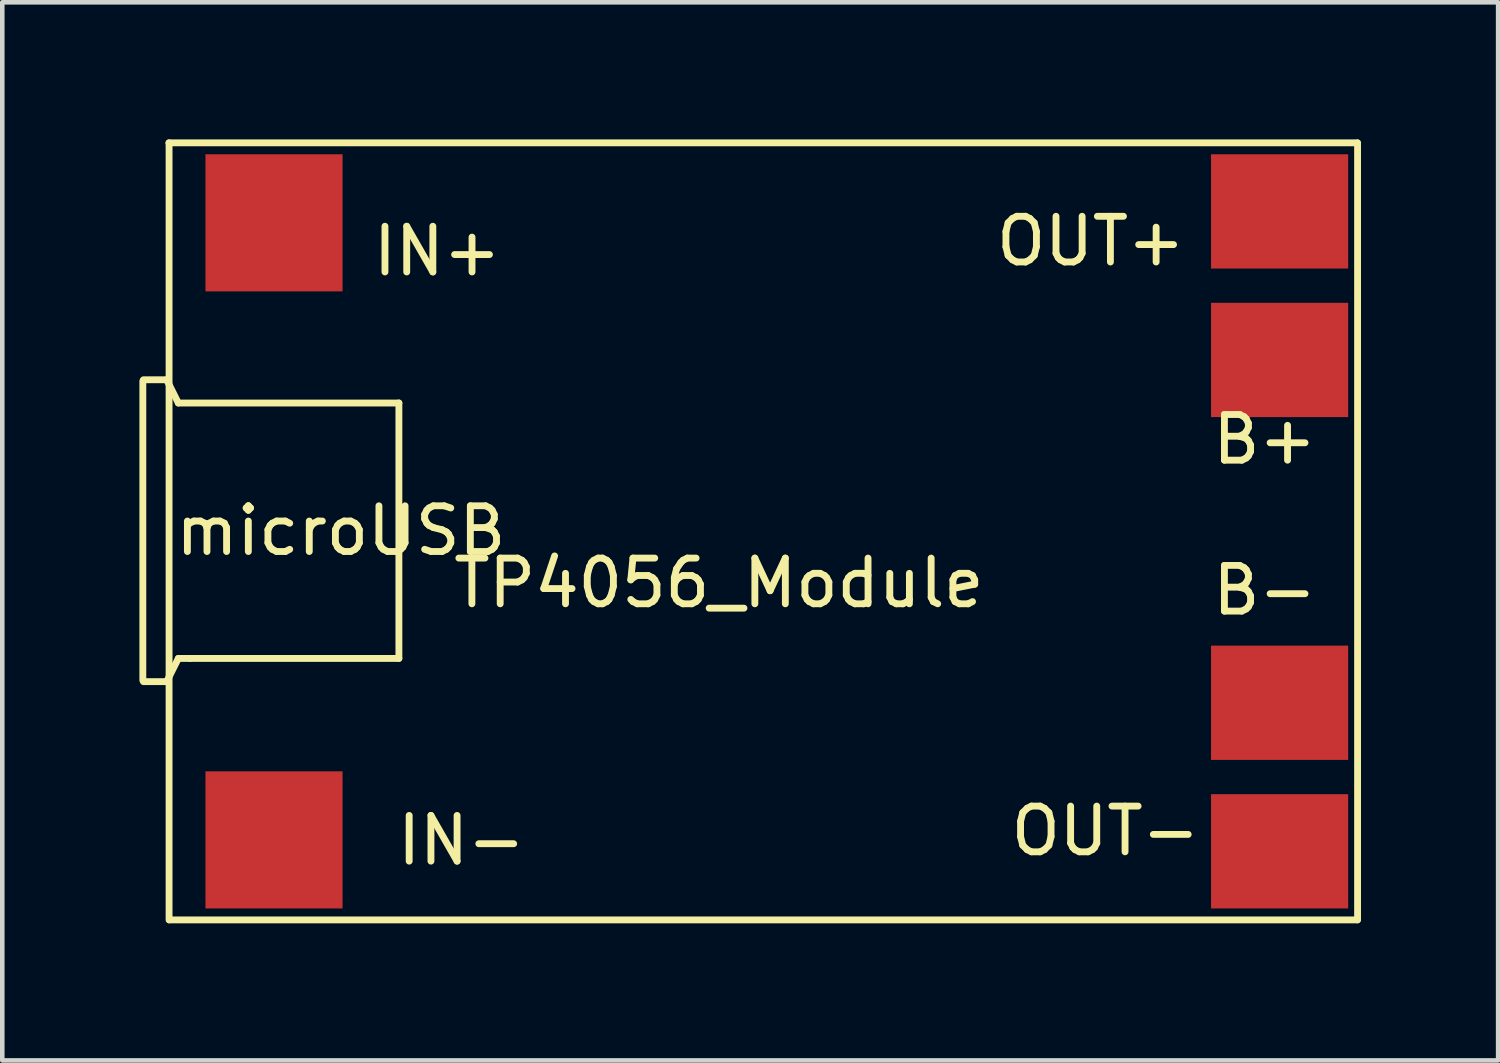
<source format=kicad_pcb>
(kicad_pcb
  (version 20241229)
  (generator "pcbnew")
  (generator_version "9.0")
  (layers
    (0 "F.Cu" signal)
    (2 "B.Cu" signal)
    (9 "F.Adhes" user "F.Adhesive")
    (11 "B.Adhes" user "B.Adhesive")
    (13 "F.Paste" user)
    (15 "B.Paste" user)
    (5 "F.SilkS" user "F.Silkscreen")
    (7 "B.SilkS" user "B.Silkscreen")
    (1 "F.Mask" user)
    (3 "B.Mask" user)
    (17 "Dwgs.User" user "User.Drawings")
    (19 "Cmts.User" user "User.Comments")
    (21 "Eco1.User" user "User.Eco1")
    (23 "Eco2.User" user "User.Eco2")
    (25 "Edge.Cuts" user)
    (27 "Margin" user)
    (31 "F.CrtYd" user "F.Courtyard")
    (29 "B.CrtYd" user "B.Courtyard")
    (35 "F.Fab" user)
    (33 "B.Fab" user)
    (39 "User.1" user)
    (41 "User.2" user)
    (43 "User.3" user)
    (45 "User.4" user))
  (footprint "TP4056_Module"
    (layer "F.Cu")
    (at 13.945 8.575)
    (property "Reference" "TP4056_Module" (at -1.266 1.13 0) (layer "F.SilkS") (effects (font (size 1 1) (thickness 0.15))))
    (attr through_hole)
    (fp_line (start -13.87 3.26) (end -13.87 -3.29) (stroke (width 0.15) (type solid)) (layer "F.SilkS"))
    (fp_line (start -13.856 -3.316) (end -13.348 -3.316) (stroke (width 0.15) (type solid)) (layer "F.SilkS"))
    (fp_line (start -13.856 3.288) (end -13.348 3.288) (stroke (width 0.15) (type solid)) (layer "F.SilkS"))
    (fp_line (start -13.348 -3.316) (end -13.094 -2.808) (stroke (width 0.15) (type solid)) (layer "F.SilkS"))
    (fp_line (start -13.348 3.288) (end -13.094 2.78) (stroke (width 0.15) (type solid)) (layer "F.SilkS"))
    (fp_line (start -13.3 -8.5) (end 12.7 -8.5) (stroke (width 0.15) (type solid)) (layer "F.SilkS"))
    (fp_line (start -13.296 8.5) (end -13.296 -8.5) (stroke (width 0.15) (type solid)) (layer "F.SilkS"))
    (fp_line (start -13.29 8.5) (end 12.7 8.5) (stroke (width 0.15) (type solid)) (layer "F.SilkS"))
    (fp_line (start -13.094 -2.808) (end -8.268 -2.808) (stroke (width 0.15) (type solid)) (layer "F.SilkS"))
    (fp_line (start -13.094 2.78) (end -12.84 2.78) (stroke (width 0.15) (type solid)) (layer "F.SilkS"))
    (fp_line (start -8.268 -2.808) (end -8.268 2.78) (stroke (width 0.15) (type solid)) (layer "F.SilkS"))
    (fp_line (start -8.268 2.78) (end -12.84 2.78) (stroke (width 0.15) (type solid)) (layer "F.SilkS"))
    (fp_line (start 12.706 -8.5) (end 12.706 8.5) (stroke (width 0.15) (type solid)) (layer "F.SilkS"))
    (fp_text user "IN-" (at -6.9 6.76 0) (layer "F.SilkS") (effects (font (size 1 1) (thickness 0.15))))
    (fp_text user "OUT-" (at 7.19 6.556 0) (layer "F.SilkS") (effects (font (size 1 1) (thickness 0.15))))
    (fp_text user "B+" (at 10.674 -2.012 0) (layer "F.SilkS") (effects (font (size 1 1) (thickness 0.15))))
    (fp_text user "B-" (at 10.674 1.29 0) (layer "F.SilkS") (effects (font (size 1 1) (thickness 0.15))))
    (fp_text user "microUSB" (at -9.538 -0.014 180) (layer "F.SilkS") (effects (font (size 1 1) (thickness 0.15))))
    (fp_text user "OUT+" (at 6.87 -6.348 0) (layer "F.SilkS") (effects (font (size 1 1) (thickness 0.15))))
    (fp_text user "IN+" (at -7.43 -6.13 0) (layer "F.SilkS") (effects (font (size 1 1) (thickness 0.15))))
    (pad "1" smd rect (at -11 -6.75) (size 3 3) (layers "F.Cu" "F.Mask" "F.Paste"))
    (pad "2" smd rect (at -11 6.75) (size 3 3) (layers "F.Cu" "F.Mask" "F.Paste"))
    (pad "3" smd rect (at 11 -3.75) (size 3 2.5) (layers "F.Cu" "F.Mask" "F.Paste"))
    (pad "4" smd rect (at 11 3.75) (size 3 2.5) (layers "F.Cu" "F.Mask" "F.Paste"))
    (pad "5" smd rect (at 11 -7) (size 3 2.5) (layers "F.Cu" "F.Mask" "F.Paste"))
    (pad "6" smd rect (at 11 7) (size 3 2.5) (layers "F.Cu" "F.Mask" "F.Paste")))
  (gr_rect
    (start -3 -3)
    (end 29.726 20.15)
    (stroke (width 0.1) (type default))
    (fill no)
    (layer "Edge.Cuts")))
</source>
